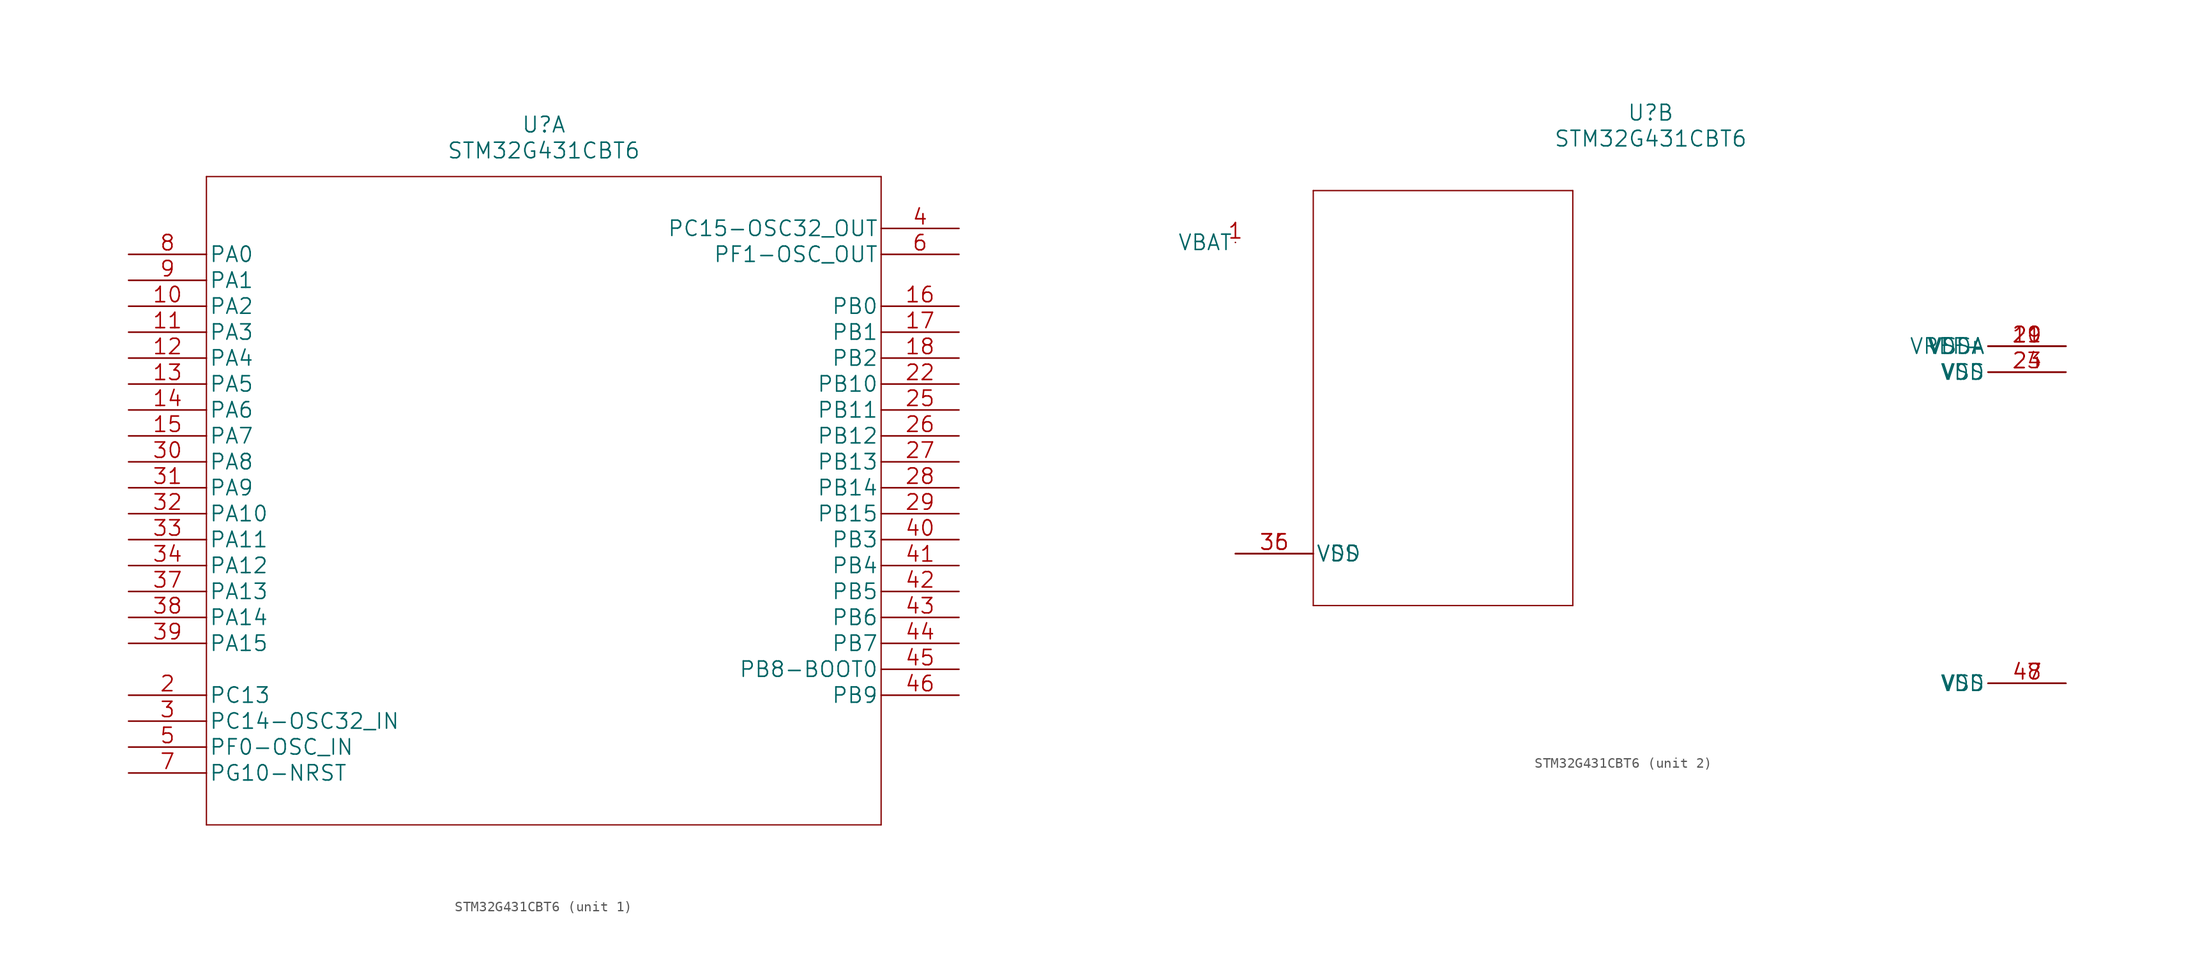
<source format=kicad_sym>
(kicad_symbol_lib
  (version 20211014)
  (generator kicad_symbol_editor)
  (symbol "STM32G431CBT6"
    (pin_names
      (offset 0.254))
    (property "Reference" "U"
      (at 40.64 12.7 0)
      (effects (font (size 1.524 1.524))))
    (property "Value" "STM32G431CBT6"
      (at 40.64 10.16 0)
      (effects (font (size 1.524 1.524))))
    (property "Datasheet" ""
      (at 0 0 0)
      (effects (font (size 1.524 1.524))))
    (symbol "STM32G431CBT6_1_1"
      (polyline (pts (xy 7.62 -55.88) (xy 73.66 -55.88)) (stroke (width 0.127) (type default) (color 0 0 0 0)) (fill (type none)))
      (polyline (pts (xy 7.62 7.62) (xy 7.62 -55.88)) (stroke (width 0.127) (type default) (color 0 0 0 0)) (fill (type none)))
      (polyline (pts (xy 73.66 -55.88) (xy 73.66 7.62)) (stroke (width 0.127) (type default) (color 0 0 0 0)) (fill (type none)))
      (polyline (pts (xy 73.66 7.62) (xy 7.62 7.62)) (stroke (width 0.127) (type default) (color 0 0 0 0)) (fill (type none)))
      (pin bidirectional line (at 0 -5.08 0) (length 7.62) (name "PA2" (effects (font (size 1.499 1.499)))) (number "10" (effects (font (size 1.499 1.499)))))
      (pin bidirectional line (at 0 -7.62 0) (length 7.62) (name "PA3" (effects (font (size 1.499 1.499)))) (number "11" (effects (font (size 1.499 1.499)))))
      (pin bidirectional line (at 0 -10.16 0) (length 7.62) (name "PA4" (effects (font (size 1.499 1.499)))) (number "12" (effects (font (size 1.499 1.499)))))
      (pin bidirectional line (at 0 -12.7 0) (length 7.62) (name "PA5" (effects (font (size 1.499 1.499)))) (number "13" (effects (font (size 1.499 1.499)))))
      (pin bidirectional line (at 0 -15.24 0) (length 7.62) (name "PA6" (effects (font (size 1.499 1.499)))) (number "14" (effects (font (size 1.499 1.499)))))
      (pin bidirectional line (at 0 -17.78 0) (length 7.62) (name "PA7" (effects (font (size 1.499 1.499)))) (number "15" (effects (font (size 1.499 1.499)))))
      (pin bidirectional line (at 81.28 -5.08 180) (length 7.62) (name "PB0" (effects (font (size 1.499 1.499)))) (number "16" (effects (font (size 1.499 1.499)))))
      (pin bidirectional line (at 81.28 -7.62 180) (length 7.62) (name "PB1" (effects (font (size 1.499 1.499)))) (number "17" (effects (font (size 1.499 1.499)))))
      (pin bidirectional line (at 81.28 -10.16 180) (length 7.62) (name "PB2" (effects (font (size 1.499 1.499)))) (number "18" (effects (font (size 1.499 1.499)))))
      (pin bidirectional line (at 0 -43.18 0) (length 7.62) (name "PC13" (effects (font (size 1.499 1.499)))) (number "2" (effects (font (size 1.499 1.499)))))
      (pin bidirectional line (at 81.28 -12.7 180) (length 7.62) (name "PB10" (effects (font (size 1.499 1.499)))) (number "22" (effects (font (size 1.499 1.499)))))
      (pin bidirectional line (at 81.28 -15.24 180) (length 7.62) (name "PB11" (effects (font (size 1.499 1.499)))) (number "25" (effects (font (size 1.499 1.499)))))
      (pin bidirectional line (at 81.28 -17.78 180) (length 7.62) (name "PB12" (effects (font (size 1.499 1.499)))) (number "26" (effects (font (size 1.499 1.499)))))
      (pin bidirectional line (at 81.28 -20.32 180) (length 7.62) (name "PB13" (effects (font (size 1.499 1.499)))) (number "27" (effects (font (size 1.499 1.499)))))
      (pin bidirectional line (at 81.28 -22.86 180) (length 7.62) (name "PB14" (effects (font (size 1.499 1.499)))) (number "28" (effects (font (size 1.499 1.499)))))
      (pin bidirectional line (at 81.28 -25.4 180) (length 7.62) (name "PB15" (effects (font (size 1.499 1.499)))) (number "29" (effects (font (size 1.499 1.499)))))
      (pin bidirectional line (at 0 -45.72 0) (length 7.62) (name "PC14-OSC32_IN" (effects (font (size 1.499 1.499)))) (number "3" (effects (font (size 1.499 1.499)))))
      (pin bidirectional line (at 0 -20.32 0) (length 7.62) (name "PA8" (effects (font (size 1.499 1.499)))) (number "30" (effects (font (size 1.499 1.499)))))
      (pin bidirectional line (at 0 -22.86 0) (length 7.62) (name "PA9" (effects (font (size 1.499 1.499)))) (number "31" (effects (font (size 1.499 1.499)))))
      (pin bidirectional line (at 0 -25.4 0) (length 7.62) (name "PA10" (effects (font (size 1.499 1.499)))) (number "32" (effects (font (size 1.499 1.499)))))
      (pin bidirectional line (at 0 -27.94 0) (length 7.62) (name "PA11" (effects (font (size 1.499 1.499)))) (number "33" (effects (font (size 1.499 1.499)))))
      (pin bidirectional line (at 0 -30.48 0) (length 7.62) (name "PA12" (effects (font (size 1.499 1.499)))) (number "34" (effects (font (size 1.499 1.499)))))
      (pin bidirectional line (at 0 -33.02 0) (length 7.62) (name "PA13" (effects (font (size 1.499 1.499)))) (number "37" (effects (font (size 1.499 1.499)))))
      (pin bidirectional line (at 0 -35.56 0) (length 7.62) (name "PA14" (effects (font (size 1.499 1.499)))) (number "38" (effects (font (size 1.499 1.499)))))
      (pin bidirectional line (at 0 -38.1 0) (length 7.62) (name "PA15" (effects (font (size 1.499 1.499)))) (number "39" (effects (font (size 1.499 1.499)))))
      (pin bidirectional line (at 81.28 2.54 180) (length 7.62) (name "PC15-OSC32_OUT" (effects (font (size 1.499 1.499)))) (number "4" (effects (font (size 1.499 1.499)))))
      (pin bidirectional line (at 81.28 -27.94 180) (length 7.62) (name "PB3" (effects (font (size 1.499 1.499)))) (number "40" (effects (font (size 1.499 1.499)))))
      (pin bidirectional line (at 81.28 -30.48 180) (length 7.62) (name "PB4" (effects (font (size 1.499 1.499)))) (number "41" (effects (font (size 1.499 1.499)))))
      (pin bidirectional line (at 81.28 -33.02 180) (length 7.62) (name "PB5" (effects (font (size 1.499 1.499)))) (number "42" (effects (font (size 1.499 1.499)))))
      (pin bidirectional line (at 81.28 -35.56 180) (length 7.62) (name "PB6" (effects (font (size 1.499 1.499)))) (number "43" (effects (font (size 1.499 1.499)))))
      (pin bidirectional line (at 81.28 -38.1 180) (length 7.62) (name "PB7" (effects (font (size 1.499 1.499)))) (number "44" (effects (font (size 1.499 1.499)))))
      (pin bidirectional line (at 81.28 -40.64 180) (length 7.62) (name "PB8-BOOT0" (effects (font (size 1.499 1.499)))) (number "45" (effects (font (size 1.499 1.499)))))
      (pin bidirectional line (at 81.28 -43.18 180) (length 7.62) (name "PB9" (effects (font (size 1.499 1.499)))) (number "46" (effects (font (size 1.499 1.499)))))
      (pin bidirectional line (at 0 -48.26 0) (length 7.62) (name "PF0-OSC_IN" (effects (font (size 1.499 1.499)))) (number "5" (effects (font (size 1.499 1.499)))))
      (pin bidirectional line (at 81.28 0 180) (length 7.62) (name "PF1-OSC_OUT" (effects (font (size 1.499 1.499)))) (number "6" (effects (font (size 1.499 1.499)))))
      (pin bidirectional line (at 0 -50.8 0) (length 7.62) (name "PG10-NRST" (effects (font (size 1.499 1.499)))) (number "7" (effects (font (size 1.499 1.499)))))
      (pin bidirectional line (at 0 0 0) (length 7.62) (name "PA0" (effects (font (size 1.499 1.499)))) (number "8" (effects (font (size 1.499 1.499)))))
      (pin bidirectional line (at 0 -2.54 0) (length 7.62) (name "PA1" (effects (font (size 1.499 1.499)))) (number "9" (effects (font (size 1.499 1.499))))))
    (symbol "STM32G431CBT6_2_1"
      (polyline (pts (xy 7.62 -35.56) (xy 33.02 -35.56)) (stroke (width 0.127) (type default) (color 0 0 0 0)) (fill (type none)))
      (polyline (pts (xy 7.62 5.08) (xy 7.62 -35.56)) (stroke (width 0.127) (type default) (color 0 0 0 0)) (fill (type none)))
      (polyline (pts (xy 33.02 -35.56) (xy 33.02 5.08)) (stroke (width 0.127) (type default) (color 0 0 0 0)) (fill (type none)))
      (polyline (pts (xy 33.02 5.08) (xy 7.62 5.08)) (stroke (width 0.127) (type default) (color 0 0 0 0)) (fill (type none)))
      (pin power_in line (at 0 0 180) (length 0) (name "VBAT" (effects (font (size 1.499 1.499)))) (number "1" (effects (font (size 1.499 1.499)))))
      (pin power_in line (at 81.28 -10.16 180) (length 7.62) (name "VSSA" (effects (font (size 1.499 1.499)))) (number "19" (effects (font (size 1.499 1.499)))))
      (pin power_in line (at 81.28 -10.16 180) (length 7.62) (name "VREF+" (effects (font (size 1.499 1.499)))) (number "20" (effects (font (size 1.499 1.499)))))
      (pin power_in line (at 81.28 -10.16 180) (length 7.62) (name "VDDA" (effects (font (size 1.499 1.499)))) (number "21" (effects (font (size 1.499 1.499)))))
      (pin power_in line (at 81.28 -12.7 180) (length 7.62) (name "VSS" (effects (font (size 1.499 1.499)))) (number "23" (effects (font (size 1.499 1.499)))))
      (pin power_in line (at 81.28 -12.7 180) (length 7.62) (name "VDD" (effects (font (size 1.499 1.499)))) (number "24" (effects (font (size 1.499 1.499)))))
      (pin power_in line (at 0 -30.48 0) (length 7.62) (name "VSS" (effects (font (size 1.499 1.499)))) (number "35" (effects (font (size 1.499 1.499)))))
      (pin power_in line (at 0 -30.48 0) (length 7.62) (name "VDD" (effects (font (size 1.499 1.499)))) (number "36" (effects (font (size 1.499 1.499)))))
      (pin power_in line (at 81.28 -43.18 180) (length 7.62) (name "VSS" (effects (font (size 1.499 1.499)))) (number "47" (effects (font (size 1.499 1.499)))))
      (pin power_in line (at 81.28 -43.18 180) (length 7.62) (name "VDD" (effects (font (size 1.499 1.499)))) (number "48" (effects (font (size 1.499 1.499))))))))
</source>
